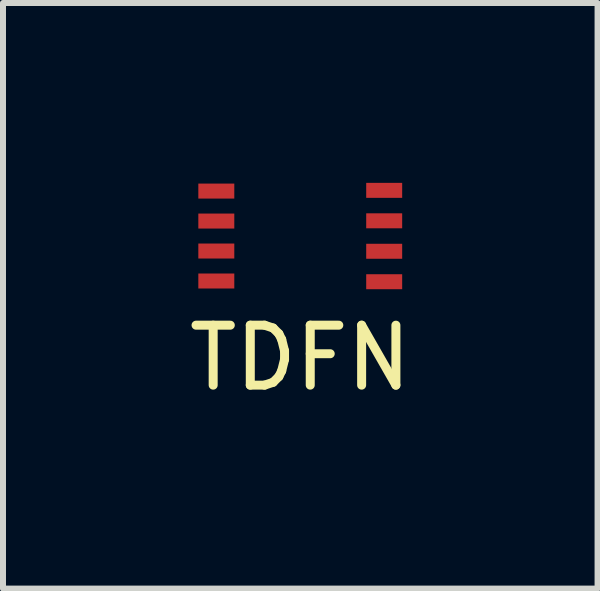
<source format=kicad_pcb>
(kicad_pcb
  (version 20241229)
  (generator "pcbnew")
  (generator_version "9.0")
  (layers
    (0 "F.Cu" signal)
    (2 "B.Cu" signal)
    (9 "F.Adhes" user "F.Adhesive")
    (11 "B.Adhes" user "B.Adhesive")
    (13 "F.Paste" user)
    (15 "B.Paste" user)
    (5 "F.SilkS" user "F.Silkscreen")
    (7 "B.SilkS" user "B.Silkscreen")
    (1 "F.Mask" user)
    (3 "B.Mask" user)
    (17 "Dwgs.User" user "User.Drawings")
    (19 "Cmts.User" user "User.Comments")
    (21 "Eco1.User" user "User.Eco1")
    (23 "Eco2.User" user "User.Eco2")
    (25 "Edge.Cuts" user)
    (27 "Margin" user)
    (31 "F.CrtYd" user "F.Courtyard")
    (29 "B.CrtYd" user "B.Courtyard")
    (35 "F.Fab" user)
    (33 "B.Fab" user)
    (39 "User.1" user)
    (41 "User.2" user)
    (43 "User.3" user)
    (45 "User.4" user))
  (footprint "TDFN"
    (layer "F.Cu")
    (at 1.958 0.887)
    (property "Reference" "TDFN" (at 0 2.032 0) (layer "F.SilkS") (effects (font (size 1 1) (thickness 0.15))))
    (attr through_hole)
    (pad "1" smd rect (at -1.4 -0.75 90) (size 0.25 0.6) (layers "F.Cu" "F.Mask" "F.Paste"))
    (pad "2" smd rect (at -1.4 -0.25 90) (size 0.25 0.6) (layers "F.Cu" "F.Mask" "F.Paste"))
    (pad "3" smd rect (at -1.4 0.25 90) (size 0.25 0.6) (layers "F.Cu" "F.Mask" "F.Paste"))
    (pad "4" smd rect (at -1.4 0.75 90) (size 0.25 0.6) (layers "F.Cu" "F.Mask" "F.Paste"))
    (pad "5" smd rect (at 1.4 0.762 90) (size 0.25 0.6) (layers "F.Cu" "F.Mask" "F.Paste"))
    (pad "6" smd rect (at 1.4 0.254 90) (size 0.25 0.6) (layers "F.Cu" "F.Mask" "F.Paste"))
    (pad "7" smd rect (at 1.4 -0.254 90) (size 0.25 0.6) (layers "F.Cu" "F.Mask" "F.Paste"))
    (pad "8" smd rect (at 1.4 -0.762 90) (size 0.25 0.6) (layers "F.Cu" "F.Mask" "F.Paste")))
  (gr_rect
    (start -3 -3)
    (end 6.917 6.767)
    (stroke (width 0.1) (type default))
    (fill no)
    (layer "Edge.Cuts")))
</source>
